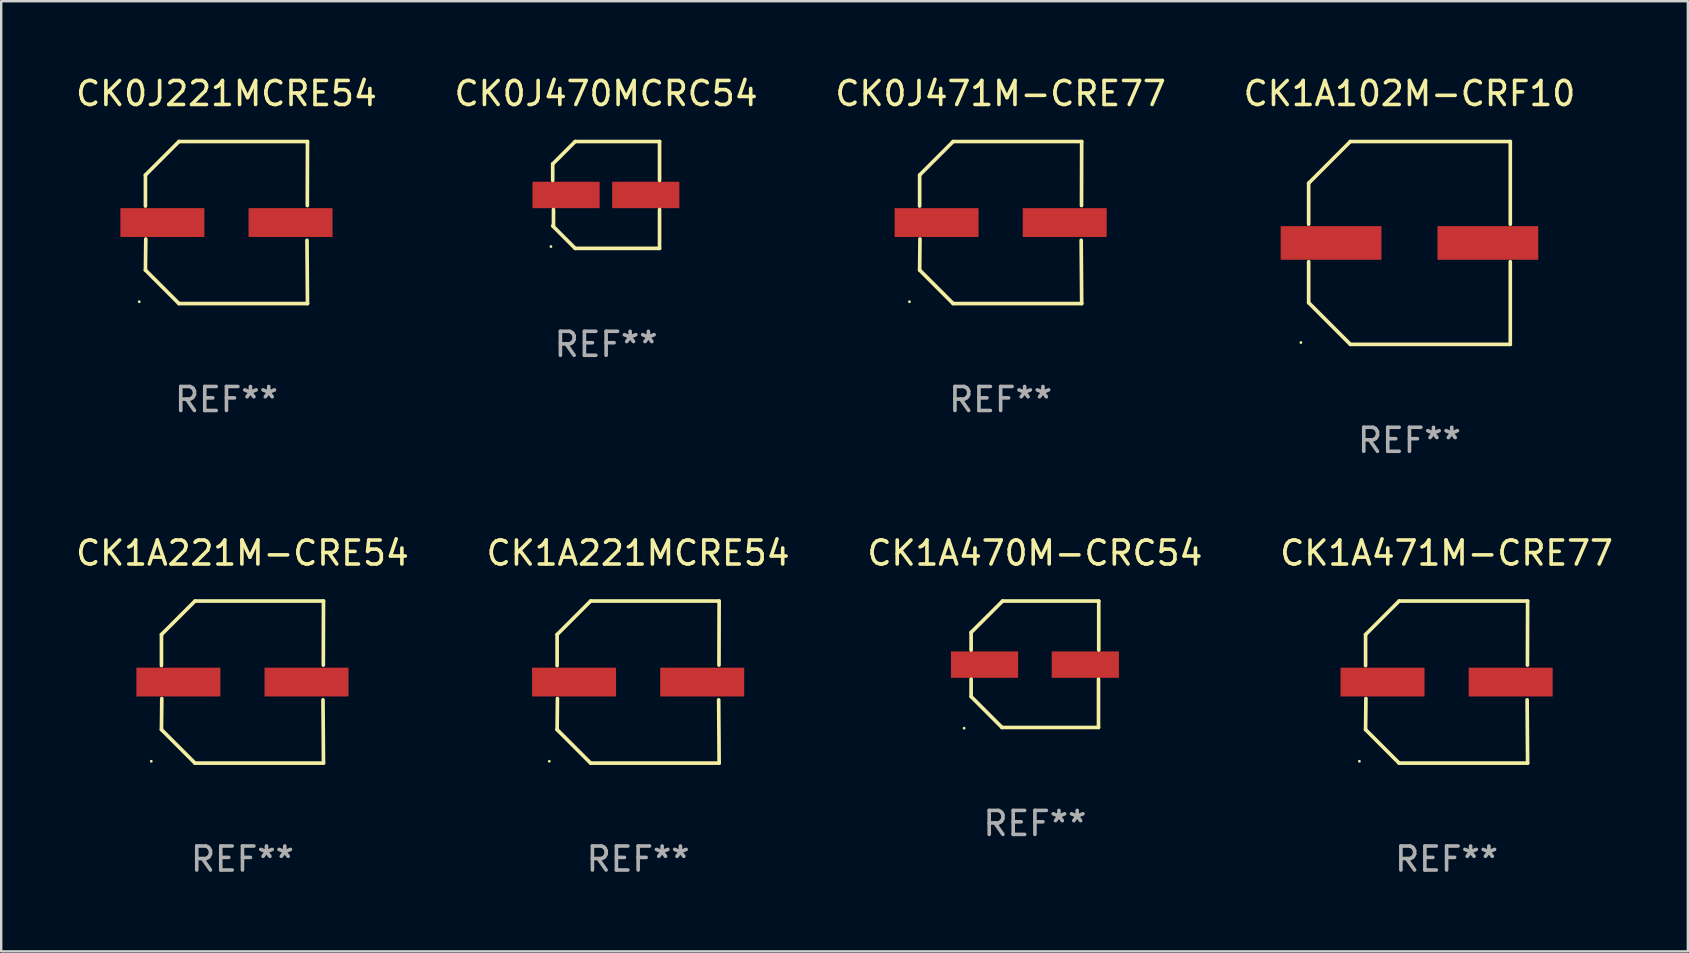
<source format=kicad_pcb>
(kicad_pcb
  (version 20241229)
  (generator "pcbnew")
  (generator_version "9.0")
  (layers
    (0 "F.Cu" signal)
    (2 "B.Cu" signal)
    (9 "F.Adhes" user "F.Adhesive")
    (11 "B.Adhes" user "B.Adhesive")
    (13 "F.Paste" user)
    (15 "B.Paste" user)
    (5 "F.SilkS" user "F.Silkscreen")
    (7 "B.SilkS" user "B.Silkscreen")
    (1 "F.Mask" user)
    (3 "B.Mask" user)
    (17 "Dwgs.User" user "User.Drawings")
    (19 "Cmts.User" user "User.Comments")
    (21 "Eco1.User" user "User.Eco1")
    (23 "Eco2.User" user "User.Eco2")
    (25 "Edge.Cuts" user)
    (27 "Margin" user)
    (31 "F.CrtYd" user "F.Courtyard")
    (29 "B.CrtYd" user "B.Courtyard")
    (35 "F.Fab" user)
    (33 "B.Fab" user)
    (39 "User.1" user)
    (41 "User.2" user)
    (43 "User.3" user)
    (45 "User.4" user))
  (footprint "CK1A102M-CRF10"
    (layer "F.Cu")
    (at 55.685 7.074)
    (property "Reference" "CK1A102M-CRF10" (at 0 -6.226 0) (layer "F.SilkS") (effects (font (size 1 1) (thickness 0.15))))
    (attr through_hole)
    (fp_line (start -4.201 -2.49) (end -4.201 -0.782) (stroke (width 0.152) (type solid)) (layer "F.SilkS"))
    (fp_line (start -4.201 2.49) (end -4.201 0.782) (stroke (width 0.152) (type solid)) (layer "F.SilkS"))
    (fp_line (start -2.465 -4.226) (end -4.201 -2.49) (stroke (width 0.152) (type solid)) (layer "F.SilkS"))
    (fp_line (start -2.465 4.226) (end -4.201 2.49) (stroke (width 0.152) (type solid)) (layer "F.SilkS"))
    (fp_line (start 4.201 -4.226) (end -2.465 -4.226) (stroke (width 0.152) (type solid)) (layer "F.SilkS"))
    (fp_line (start 4.201 -0.782) (end 4.201 -4.226) (stroke (width 0.152) (type solid)) (layer "F.SilkS"))
    (fp_line (start 4.201 0.782) (end 4.201 4.226) (stroke (width 0.152) (type solid)) (layer "F.SilkS"))
    (fp_line (start 4.201 4.226) (end -2.465 4.226) (stroke (width 0.152) (type solid)) (layer "F.SilkS"))
    (fp_circle (center -4.524 4.15) (end -4.494 4.15) (stroke (width 0.06) (type solid)) (fill no) (layer "F.SilkS"))
    (fp_text user "REF**" (at 0 8.226 0) (layer "F.Fab") (effects (font (size 1 1) (thickness 0.15))))
    (pad "1" smd rect (at -3.267 0) (size 4.2 1.4) (layers "F.Cu" "F.Mask" "F.Paste"))
    (pad "2" smd rect (at 3.267 0) (size 4.2 1.4) (layers "F.Cu" "F.Mask" "F.Paste")))
  (footprint "CK0J221MCRE54"
    (layer "F.Cu")
    (at 6.387 6.224)
    (property "Reference" "CK0J221MCRE54" (at 0 -5.376 0) (layer "F.SilkS") (effects (font (size 1 1) (thickness 0.15))))
    (attr through_hole)
    (fp_line (start -3.376 -1.98) (end -3.376 -0.686) (stroke (width 0.152) (type solid)) (layer "F.SilkS"))
    (fp_line (start -3.376 1.981) (end -3.362 0.686) (stroke (width 0.152) (type solid)) (layer "F.SilkS"))
    (fp_line (start -1.981 3.376) (end -3.376 1.981) (stroke (width 0.152) (type solid)) (layer "F.SilkS"))
    (fp_line (start -1.98 -3.376) (end -3.376 -1.98) (stroke (width 0.152) (type solid)) (layer "F.SilkS"))
    (fp_line (start 3.356 0.74) (end 3.376 3.376) (stroke (width 0.152) (type solid)) (layer "F.SilkS"))
    (fp_line (start 3.369 -0.707) (end 3.376 -3.376) (stroke (width 0.152) (type solid)) (layer "F.SilkS"))
    (fp_line (start 3.376 3.376) (end -1.981 3.376) (stroke (width 0.152) (type solid)) (layer "F.SilkS"))
    (fp_line (start 3.376 -3.376) (end -1.98 -3.376) (stroke (width 0.152) (type solid)) (layer "F.SilkS"))
    (fp_circle (center -3.634 3.3) (end -3.604 3.3) (stroke (width 0.06) (type solid)) (fill no) (layer "F.SilkS"))
    (fp_text user "REF**" (at 0 7.376 0) (layer "F.Fab") (effects (font (size 1 1) (thickness 0.15))))
    (pad "1" smd rect (at -2.67 0.000254) (size 3.5 1.2) (layers "F.Cu" "F.Mask" "F.Paste"))
    (pad "2" smd rect (at 2.67 0.000254) (size 3.5 1.2) (layers "F.Cu" "F.Mask" "F.Paste")))
  (footprint "CK1A470M-CRC54"
    (layer "F.Cu")
    (at 40.077 24.631)
    (property "Reference" "CK1A470M-CRC54" (at 0 -4.634 0) (layer "F.SilkS") (effects (font (size 1 1) (thickness 0.15))))
    (attr through_hole)
    (fp_line (start -2.659 -1.326) (end -2.659 -0.592) (stroke (width 0.152) (type solid)) (layer "F.SilkS"))
    (fp_line (start -2.659 1.346) (end -2.659 0.622) (stroke (width 0.152) (type solid)) (layer "F.SilkS"))
    (fp_line (start -1.372 2.634) (end -2.659 1.346) (stroke (width 0.152) (type solid)) (layer "F.SilkS"))
    (fp_line (start -1.349 -2.634) (end -2.659 -1.326) (stroke (width 0.152) (type solid)) (layer "F.SilkS"))
    (fp_line (start 2.649 0.622) (end 2.649 2.634) (stroke (width 0.152) (type solid)) (layer "F.SilkS"))
    (fp_line (start 2.649 2.634) (end -1.372 2.634) (stroke (width 0.152) (type solid)) (layer "F.SilkS"))
    (fp_line (start 2.659 -2.634) (end -1.349 -2.634) (stroke (width 0.152) (type solid)) (layer "F.SilkS"))
    (fp_line (start 2.659 -0.592) (end 2.659 -2.634) (stroke (width 0.152) (type solid)) (layer "F.SilkS"))
    (fp_circle (center -2.95 2.665) (end -2.92 2.665) (stroke (width 0.06) (type solid)) (fill no) (layer "F.SilkS"))
    (fp_text user "REF**" (at 0 6.634 0) (layer "F.Fab") (effects (font (size 1 1) (thickness 0.15))))
    (pad "1" smd rect (at -2.1 0.015) (size 2.8 1.1) (layers "F.Cu" "F.Mask" "F.Paste"))
    (pad "2" smd rect (at 2.1 0.015) (size 2.8 1.1) (layers "F.Cu" "F.Mask" "F.Paste")))
  (footprint "CK1A221MCRE54"
    (layer "F.Cu")
    (at 23.542 25.373)
    (property "Reference" "CK1A221MCRE54" (at 0 -5.376 0) (layer "F.SilkS") (effects (font (size 1 1) (thickness 0.15))))
    (attr through_hole)
    (fp_line (start -3.376 -1.98) (end -3.376 -0.686) (stroke (width 0.152) (type solid)) (layer "F.SilkS"))
    (fp_line (start -3.376 1.981) (end -3.362 0.686) (stroke (width 0.152) (type solid)) (layer "F.SilkS"))
    (fp_line (start -1.981 3.376) (end -3.376 1.981) (stroke (width 0.152) (type solid)) (layer "F.SilkS"))
    (fp_line (start -1.98 -3.376) (end -3.376 -1.98) (stroke (width 0.152) (type solid)) (layer "F.SilkS"))
    (fp_line (start 3.356 0.74) (end 3.376 3.376) (stroke (width 0.152) (type solid)) (layer "F.SilkS"))
    (fp_line (start 3.369 -0.707) (end 3.376 -3.376) (stroke (width 0.152) (type solid)) (layer "F.SilkS"))
    (fp_line (start 3.376 3.376) (end -1.981 3.376) (stroke (width 0.152) (type solid)) (layer "F.SilkS"))
    (fp_line (start 3.376 -3.376) (end -1.98 -3.376) (stroke (width 0.152) (type solid)) (layer "F.SilkS"))
    (fp_circle (center -3.702 3.3) (end -3.672 3.3) (stroke (width 0.06) (type solid)) (fill no) (layer "F.SilkS"))
    (fp_text user "REF**" (at 0 7.376 0) (layer "F.Fab") (effects (font (size 1 1) (thickness 0.15))))
    (pad "1" smd rect (at -2.67 0.000203) (size 3.5 1.2) (layers "F.Cu" "F.Mask" "F.Paste"))
    (pad "2" smd rect (at 2.67 0.000203) (size 3.5 1.2) (layers "F.Cu" "F.Mask" "F.Paste")))
  (footprint "CK1A221M-CRE54"
    (layer "F.Cu")
    (at 7.054 25.373)
    (property "Reference" "CK1A221M-CRE54" (at 0 -5.376 0) (layer "F.SilkS") (effects (font (size 1 1) (thickness 0.15))))
    (attr through_hole)
    (fp_line (start -3.376 -1.98) (end -3.376 -0.686) (stroke (width 0.152) (type solid)) (layer "F.SilkS"))
    (fp_line (start -3.376 1.981) (end -3.362 0.686) (stroke (width 0.152) (type solid)) (layer "F.SilkS"))
    (fp_line (start -1.981 3.376) (end -3.376 1.981) (stroke (width 0.152) (type solid)) (layer "F.SilkS"))
    (fp_line (start -1.98 -3.376) (end -3.376 -1.98) (stroke (width 0.152) (type solid)) (layer "F.SilkS"))
    (fp_line (start 3.356 0.74) (end 3.376 3.376) (stroke (width 0.152) (type solid)) (layer "F.SilkS"))
    (fp_line (start 3.369 -0.707) (end 3.376 -3.376) (stroke (width 0.152) (type solid)) (layer "F.SilkS"))
    (fp_line (start 3.376 3.376) (end -1.981 3.376) (stroke (width 0.152) (type solid)) (layer "F.SilkS"))
    (fp_line (start 3.376 -3.376) (end -1.98 -3.376) (stroke (width 0.152) (type solid)) (layer "F.SilkS"))
    (fp_circle (center -3.8 3.3) (end -3.77 3.3) (stroke (width 0.06) (type solid)) (fill no) (layer "F.SilkS"))
    (fp_text user "REF**" (at 0 7.376 0) (layer "F.Fab") (effects (font (size 1 1) (thickness 0.15))))
    (pad "1" smd rect (at -2.67 0.000203) (size 3.5 1.2) (layers "F.Cu" "F.Mask" "F.Paste"))
    (pad "2" smd rect (at 2.67 0.000203) (size 3.5 1.2) (layers "F.Cu" "F.Mask" "F.Paste")))
  (footprint "CK0J471M-CRE77"
    (layer "F.Cu")
    (at 38.649 6.224)
    (property "Reference" "CK0J471M-CRE77" (at 0 -5.376 0) (layer "F.SilkS") (effects (font (size 1 1) (thickness 0.15))))
    (attr through_hole)
    (fp_line (start -3.376 -1.98) (end -3.376 -0.686) (stroke (width 0.152) (type solid)) (layer "F.SilkS"))
    (fp_line (start -3.376 1.981) (end -3.362 0.686) (stroke (width 0.152) (type solid)) (layer "F.SilkS"))
    (fp_line (start -1.981 3.376) (end -3.376 1.981) (stroke (width 0.152) (type solid)) (layer "F.SilkS"))
    (fp_line (start -1.98 -3.376) (end -3.376 -1.98) (stroke (width 0.152) (type solid)) (layer "F.SilkS"))
    (fp_line (start 3.356 0.74) (end 3.376 3.376) (stroke (width 0.152) (type solid)) (layer "F.SilkS"))
    (fp_line (start 3.369 -0.707) (end 3.376 -3.376) (stroke (width 0.152) (type solid)) (layer "F.SilkS"))
    (fp_line (start 3.376 3.376) (end -1.981 3.376) (stroke (width 0.152) (type solid)) (layer "F.SilkS"))
    (fp_line (start 3.376 -3.376) (end -1.98 -3.376) (stroke (width 0.152) (type solid)) (layer "F.SilkS"))
    (fp_circle (center -3.8 3.3) (end -3.77 3.3) (stroke (width 0.06) (type solid)) (fill no) (layer "F.SilkS"))
    (fp_text user "REF**" (at 0 7.376 0) (layer "F.Fab") (effects (font (size 1 1) (thickness 0.15))))
    (pad "1" smd rect (at -2.67 0.000203) (size 3.5 1.2) (layers "F.Cu" "F.Mask" "F.Paste"))
    (pad "2" smd rect (at 2.67 0.000203) (size 3.5 1.2) (layers "F.Cu" "F.Mask" "F.Paste")))
  (footprint "CK0J470MCRC54"
    (layer "F.Cu")
    (at 22.208 5.074)
    (property "Reference" "CK0J470MCRC54" (at 0 -4.226 0) (layer "F.SilkS") (effects (font (size 1 1) (thickness 0.15))))
    (attr through_hole)
    (fp_line (start -2.226 -1.29) (end -2.226 -0.607) (stroke (width 0.152) (type solid)) (layer "F.SilkS"))
    (fp_line (start -2.193 1.29) (end -2.193 0.607) (stroke (width 0.152) (type solid)) (layer "F.SilkS"))
    (fp_line (start -1.29 2.226) (end -2.226 1.29) (stroke (width 0.152) (type solid)) (layer "F.SilkS"))
    (fp_line (start -1.29 -2.226) (end -2.226 -1.29) (stroke (width 0.152) (type solid)) (layer "F.SilkS"))
    (fp_line (start 2.226 -2.226) (end -1.29 -2.226) (stroke (width 0.152) (type solid)) (layer "F.SilkS"))
    (fp_line (start 2.226 -0.607) (end 2.226 -2.226) (stroke (width 0.152) (type solid)) (layer "F.SilkS"))
    (fp_line (start 2.226 0.607) (end 2.226 2.226) (stroke (width 0.152) (type solid)) (layer "F.SilkS"))
    (fp_line (start 2.226 2.226) (end -1.29 2.226) (stroke (width 0.152) (type solid)) (layer "F.SilkS"))
    (fp_circle (center -2.3 2.15) (end -2.27 2.15) (stroke (width 0.06) (type solid)) (fill no) (layer "F.SilkS"))
    (fp_text user "REF**" (at 0 6.226 0) (layer "F.Fab") (effects (font (size 1 1) (thickness 0.15))))
    (pad "1" smd rect (at -1.67 -0.000025) (size 2.8 1.1) (layers "F.Cu" "F.Mask" "F.Paste"))
    (pad "2" smd rect (at 1.651 -0.000025) (size 2.8 1.1) (layers "F.Cu" "F.Mask" "F.Paste")))
  (footprint "CK1A471M-CRE77"
    (layer "F.Cu")
    (at 57.232 25.373)
    (property "Reference" "CK1A471M-CRE77" (at 0 -5.376 0) (layer "F.SilkS") (effects (font (size 1 1) (thickness 0.15))))
    (attr through_hole)
    (fp_line (start -3.376 -1.98) (end -3.376 -0.686) (stroke (width 0.152) (type solid)) (layer "F.SilkS"))
    (fp_line (start -3.376 1.981) (end -3.362 0.686) (stroke (width 0.152) (type solid)) (layer "F.SilkS"))
    (fp_line (start -1.981 3.376) (end -3.376 1.981) (stroke (width 0.152) (type solid)) (layer "F.SilkS"))
    (fp_line (start -1.98 -3.376) (end -3.376 -1.98) (stroke (width 0.152) (type solid)) (layer "F.SilkS"))
    (fp_line (start 3.356 0.74) (end 3.376 3.376) (stroke (width 0.152) (type solid)) (layer "F.SilkS"))
    (fp_line (start 3.369 -0.707) (end 3.376 -3.376) (stroke (width 0.152) (type solid)) (layer "F.SilkS"))
    (fp_line (start 3.376 3.376) (end -1.981 3.376) (stroke (width 0.152) (type solid)) (layer "F.SilkS"))
    (fp_line (start 3.376 -3.376) (end -1.98 -3.376) (stroke (width 0.152) (type solid)) (layer "F.SilkS"))
    (fp_circle (center -3.634 3.3) (end -3.604 3.3) (stroke (width 0.06) (type solid)) (fill no) (layer "F.SilkS"))
    (fp_text user "REF**" (at 0 7.376 0) (layer "F.Fab") (effects (font (size 1 1) (thickness 0.15))))
    (pad "1" smd rect (at -2.67 0.000254) (size 3.5 1.2) (layers "F.Cu" "F.Mask" "F.Paste"))
    (pad "2" smd rect (at 2.67 0.000254) (size 3.5 1.2) (layers "F.Cu" "F.Mask" "F.Paste")))
  (gr_rect
    (start -3 -3)
    (end 67.286 36.597)
    (stroke (width 0.1) (type default))
    (fill no)
    (layer "Edge.Cuts")))
</source>
